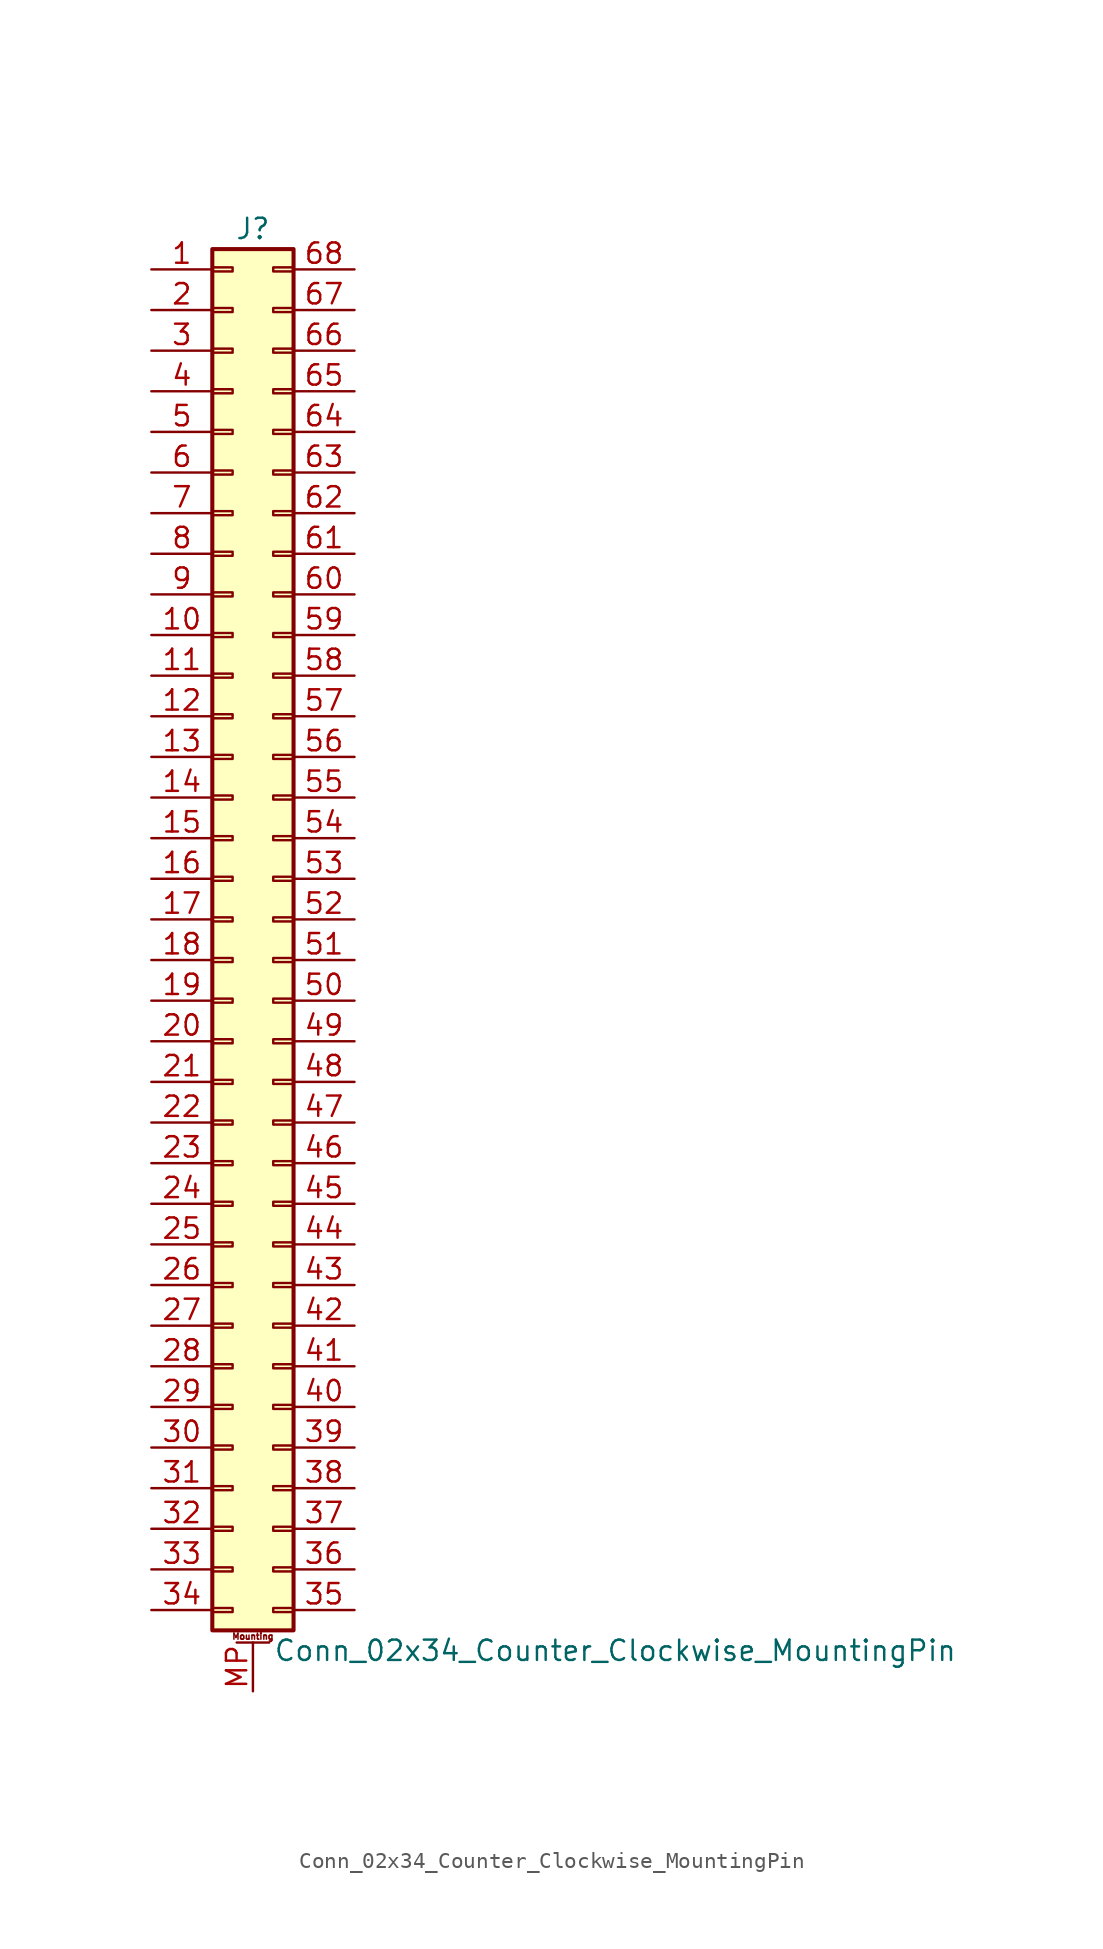
<source format=kicad_sym>
(kicad_symbol_lib
  (version 20201005)
  (generator kicad_symbol_editor)
  (symbol "Connector_Generic_MountingPin:Conn_02x34_Counter_Clockwise_MountingPin"
    (pin_names
      (offset 1.016) hide)
    (property "Reference" "J"
      (at 1.27 43.18 0)
      (effects (font (size 1.27 1.27))))
    (property "Value" "Conn_02x34_Counter_Clockwise_MountingPin"
      (at 2.54 -45.72 0)
      (effects (font (size 1.27 1.27)) (justify left)))
    (symbol "Conn_02x34_Counter_Clockwise_MountingPin_1_1"
      (text "Mounting" (at 1.27 -44.831 0) (effects (font (size 0.381 0.381))))
      (rectangle (start -1.27 -27.813) (end 0 -28.067) (stroke (width 0.152)) (fill (type none)))
      (rectangle (start -1.27 -30.353) (end 0 -30.607) (stroke (width 0.152)) (fill (type none)))
      (rectangle (start -1.27 -32.893) (end 0 -33.147) (stroke (width 0.152)) (fill (type none)))
      (rectangle (start -1.27 -35.433) (end 0 -35.687) (stroke (width 0.152)) (fill (type none)))
      (rectangle (start -1.27 -37.973) (end 0 -38.227) (stroke (width 0.152)) (fill (type none)))
      (rectangle (start -1.27 -40.513) (end 0 -40.767) (stroke (width 0.152)) (fill (type none)))
      (rectangle (start -1.27 -43.053) (end 0 -43.307) (stroke (width 0.152)) (fill (type none)))
      (rectangle (start -1.27 -4.953) (end 0 -5.207) (stroke (width 0.152)) (fill (type none)))
      (rectangle (start -1.27 -7.493) (end 0 -7.747) (stroke (width 0.152)) (fill (type none)))
      (rectangle (start -1.27 -10.033) (end 0 -10.287) (stroke (width 0.152)) (fill (type none)))
      (rectangle (start -1.27 -12.573) (end 0 -12.827) (stroke (width 0.152)) (fill (type none)))
      (rectangle (start -1.27 -15.113) (end 0 -15.367) (stroke (width 0.152)) (fill (type none)))
      (rectangle (start -1.27 -17.653) (end 0 -17.907) (stroke (width 0.152)) (fill (type none)))
      (rectangle (start -1.27 -20.193) (end 0 -20.447) (stroke (width 0.152)) (fill (type none)))
      (rectangle (start -1.27 -22.733) (end 0 -22.987) (stroke (width 0.152)) (fill (type none)))
      (rectangle (start -1.27 -2.413) (end 0 -2.667) (stroke (width 0.152)) (fill (type none)))
      (rectangle (start -1.27 -25.273) (end 0 -25.527) (stroke (width 0.152)) (fill (type none)))
      (rectangle (start -1.27 25.527) (end 0 25.273) (stroke (width 0.152)) (fill (type none)))
      (rectangle (start -1.27 2.667) (end 0 2.413) (stroke (width 0.152)) (fill (type none)))
      (rectangle (start -1.27 28.067) (end 0 27.813) (stroke (width 0.152)) (fill (type none)))
      (rectangle (start -1.27 30.607) (end 0 30.353) (stroke (width 0.152)) (fill (type none)))
      (rectangle (start -1.27 33.147) (end 0 32.893) (stroke (width 0.152)) (fill (type none)))
      (rectangle (start -1.27 35.687) (end 0 35.433) (stroke (width 0.152)) (fill (type none)))
      (rectangle (start -1.27 38.227) (end 0 37.973) (stroke (width 0.152)) (fill (type none)))
      (rectangle (start -1.27 40.767) (end 0 40.513) (stroke (width 0.152)) (fill (type none)))
      (rectangle (start -1.27 41.91) (end 3.81 -44.45) (stroke (width 0.254)) (fill (type background)))
      (rectangle (start -1.27 5.207) (end 0 4.953) (stroke (width 0.152)) (fill (type none)))
      (rectangle (start -1.27 7.747) (end 0 7.493) (stroke (width 0.152)) (fill (type none)))
      (rectangle (start -1.27 10.287) (end 0 10.033) (stroke (width 0.152)) (fill (type none)))
      (rectangle (start -1.27 0.127) (end 0 -0.127) (stroke (width 0.152)) (fill (type none)))
      (rectangle (start -1.27 12.827) (end 0 12.573) (stroke (width 0.152)) (fill (type none)))
      (rectangle (start -1.27 15.367) (end 0 15.113) (stroke (width 0.152)) (fill (type none)))
      (rectangle (start -1.27 17.907) (end 0 17.653) (stroke (width 0.152)) (fill (type none)))
      (rectangle (start -1.27 20.447) (end 0 20.193) (stroke (width 0.152)) (fill (type none)))
      (rectangle (start -1.27 22.987) (end 0 22.733) (stroke (width 0.152)) (fill (type none)))
      (rectangle (start 3.81 -27.813) (end 2.54 -28.067) (stroke (width 0.152)) (fill (type none)))
      (rectangle (start 3.81 -30.353) (end 2.54 -30.607) (stroke (width 0.152)) (fill (type none)))
      (rectangle (start 3.81 -32.893) (end 2.54 -33.147) (stroke (width 0.152)) (fill (type none)))
      (rectangle (start 3.81 -35.433) (end 2.54 -35.687) (stroke (width 0.152)) (fill (type none)))
      (rectangle (start 3.81 -37.973) (end 2.54 -38.227) (stroke (width 0.152)) (fill (type none)))
      (rectangle (start 3.81 -40.513) (end 2.54 -40.767) (stroke (width 0.152)) (fill (type none)))
      (rectangle (start 3.81 -43.053) (end 2.54 -43.307) (stroke (width 0.152)) (fill (type none)))
      (rectangle (start 3.81 -4.953) (end 2.54 -5.207) (stroke (width 0.152)) (fill (type none)))
      (rectangle (start 3.81 -7.493) (end 2.54 -7.747) (stroke (width 0.152)) (fill (type none)))
      (rectangle (start 3.81 -10.033) (end 2.54 -10.287) (stroke (width 0.152)) (fill (type none)))
      (rectangle (start 3.81 -12.573) (end 2.54 -12.827) (stroke (width 0.152)) (fill (type none)))
      (rectangle (start 3.81 -15.113) (end 2.54 -15.367) (stroke (width 0.152)) (fill (type none)))
      (rectangle (start 3.81 -17.653) (end 2.54 -17.907) (stroke (width 0.152)) (fill (type none)))
      (rectangle (start 3.81 -20.193) (end 2.54 -20.447) (stroke (width 0.152)) (fill (type none)))
      (rectangle (start 3.81 -22.733) (end 2.54 -22.987) (stroke (width 0.152)) (fill (type none)))
      (rectangle (start 3.81 -2.413) (end 2.54 -2.667) (stroke (width 0.152)) (fill (type none)))
      (rectangle (start 3.81 -25.273) (end 2.54 -25.527) (stroke (width 0.152)) (fill (type none)))
      (rectangle (start 3.81 25.527) (end 2.54 25.273) (stroke (width 0.152)) (fill (type none)))
      (rectangle (start 3.81 2.667) (end 2.54 2.413) (stroke (width 0.152)) (fill (type none)))
      (rectangle (start 3.81 28.067) (end 2.54 27.813) (stroke (width 0.152)) (fill (type none)))
      (rectangle (start 3.81 30.607) (end 2.54 30.353) (stroke (width 0.152)) (fill (type none)))
      (rectangle (start 3.81 33.147) (end 2.54 32.893) (stroke (width 0.152)) (fill (type none)))
      (rectangle (start 3.81 35.687) (end 2.54 35.433) (stroke (width 0.152)) (fill (type none)))
      (rectangle (start 3.81 38.227) (end 2.54 37.973) (stroke (width 0.152)) (fill (type none)))
      (rectangle (start 3.81 40.767) (end 2.54 40.513) (stroke (width 0.152)) (fill (type none)))
      (rectangle (start 3.81 5.207) (end 2.54 4.953) (stroke (width 0.152)) (fill (type none)))
      (rectangle (start 3.81 7.747) (end 2.54 7.493) (stroke (width 0.152)) (fill (type none)))
      (rectangle (start 3.81 10.287) (end 2.54 10.033) (stroke (width 0.152)) (fill (type none)))
      (rectangle (start 3.81 0.127) (end 2.54 -0.127) (stroke (width 0.152)) (fill (type none)))
      (rectangle (start 3.81 12.827) (end 2.54 12.573) (stroke (width 0.152)) (fill (type none)))
      (rectangle (start 3.81 15.367) (end 2.54 15.113) (stroke (width 0.152)) (fill (type none)))
      (rectangle (start 3.81 17.907) (end 2.54 17.653) (stroke (width 0.152)) (fill (type none)))
      (rectangle (start 3.81 20.447) (end 2.54 20.193) (stroke (width 0.152)) (fill (type none)))
      (rectangle (start 3.81 22.987) (end 2.54 22.733) (stroke (width 0.152)) (fill (type none)))
      (polyline (pts (xy 0.254 -45.212) (xy 2.286 -45.212)) (stroke (width 0.152)) (fill (type none)))
      (pin passive line (at 1.27 -48.26 90) (length 3.048) (name "MountPin" (effects (font (size 1.27 1.27)))) (number "MP" (effects (font (size 1.27 1.27)))))
      (pin passive line (at -5.08 40.64 0) (length 3.81) (name "Pin_1" (effects (font (size 1.27 1.27)))) (number "1" (effects (font (size 1.27 1.27)))))
      (pin passive line (at -5.08 17.78 0) (length 3.81) (name "Pin_10" (effects (font (size 1.27 1.27)))) (number "10" (effects (font (size 1.27 1.27)))))
      (pin passive line (at -5.08 15.24 0) (length 3.81) (name "Pin_11" (effects (font (size 1.27 1.27)))) (number "11" (effects (font (size 1.27 1.27)))))
      (pin passive line (at -5.08 12.7 0) (length 3.81) (name "Pin_12" (effects (font (size 1.27 1.27)))) (number "12" (effects (font (size 1.27 1.27)))))
      (pin passive line (at -5.08 10.16 0) (length 3.81) (name "Pin_13" (effects (font (size 1.27 1.27)))) (number "13" (effects (font (size 1.27 1.27)))))
      (pin passive line (at -5.08 7.62 0) (length 3.81) (name "Pin_14" (effects (font (size 1.27 1.27)))) (number "14" (effects (font (size 1.27 1.27)))))
      (pin passive line (at -5.08 5.08 0) (length 3.81) (name "Pin_15" (effects (font (size 1.27 1.27)))) (number "15" (effects (font (size 1.27 1.27)))))
      (pin passive line (at -5.08 2.54 0) (length 3.81) (name "Pin_16" (effects (font (size 1.27 1.27)))) (number "16" (effects (font (size 1.27 1.27)))))
      (pin passive line (at -5.08 0 0) (length 3.81) (name "Pin_17" (effects (font (size 1.27 1.27)))) (number "17" (effects (font (size 1.27 1.27)))))
      (pin passive line (at -5.08 -2.54 0) (length 3.81) (name "Pin_18" (effects (font (size 1.27 1.27)))) (number "18" (effects (font (size 1.27 1.27)))))
      (pin passive line (at -5.08 -5.08 0) (length 3.81) (name "Pin_19" (effects (font (size 1.27 1.27)))) (number "19" (effects (font (size 1.27 1.27)))))
      (pin passive line (at -5.08 38.1 0) (length 3.81) (name "Pin_2" (effects (font (size 1.27 1.27)))) (number "2" (effects (font (size 1.27 1.27)))))
      (pin passive line (at -5.08 -7.62 0) (length 3.81) (name "Pin_20" (effects (font (size 1.27 1.27)))) (number "20" (effects (font (size 1.27 1.27)))))
      (pin passive line (at -5.08 -10.16 0) (length 3.81) (name "Pin_21" (effects (font (size 1.27 1.27)))) (number "21" (effects (font (size 1.27 1.27)))))
      (pin passive line (at -5.08 -12.7 0) (length 3.81) (name "Pin_22" (effects (font (size 1.27 1.27)))) (number "22" (effects (font (size 1.27 1.27)))))
      (pin passive line (at -5.08 -15.24 0) (length 3.81) (name "Pin_23" (effects (font (size 1.27 1.27)))) (number "23" (effects (font (size 1.27 1.27)))))
      (pin passive line (at -5.08 -17.78 0) (length 3.81) (name "Pin_24" (effects (font (size 1.27 1.27)))) (number "24" (effects (font (size 1.27 1.27)))))
      (pin passive line (at -5.08 -20.32 0) (length 3.81) (name "Pin_25" (effects (font (size 1.27 1.27)))) (number "25" (effects (font (size 1.27 1.27)))))
      (pin passive line (at -5.08 -22.86 0) (length 3.81) (name "Pin_26" (effects (font (size 1.27 1.27)))) (number "26" (effects (font (size 1.27 1.27)))))
      (pin passive line (at -5.08 -25.4 0) (length 3.81) (name "Pin_27" (effects (font (size 1.27 1.27)))) (number "27" (effects (font (size 1.27 1.27)))))
      (pin passive line (at -5.08 -27.94 0) (length 3.81) (name "Pin_28" (effects (font (size 1.27 1.27)))) (number "28" (effects (font (size 1.27 1.27)))))
      (pin passive line (at -5.08 -30.48 0) (length 3.81) (name "Pin_29" (effects (font (size 1.27 1.27)))) (number "29" (effects (font (size 1.27 1.27)))))
      (pin passive line (at -5.08 35.56 0) (length 3.81) (name "Pin_3" (effects (font (size 1.27 1.27)))) (number "3" (effects (font (size 1.27 1.27)))))
      (pin passive line (at -5.08 -33.02 0) (length 3.81) (name "Pin_30" (effects (font (size 1.27 1.27)))) (number "30" (effects (font (size 1.27 1.27)))))
      (pin passive line (at -5.08 -35.56 0) (length 3.81) (name "Pin_31" (effects (font (size 1.27 1.27)))) (number "31" (effects (font (size 1.27 1.27)))))
      (pin passive line (at -5.08 -38.1 0) (length 3.81) (name "Pin_32" (effects (font (size 1.27 1.27)))) (number "32" (effects (font (size 1.27 1.27)))))
      (pin passive line (at -5.08 -40.64 0) (length 3.81) (name "Pin_33" (effects (font (size 1.27 1.27)))) (number "33" (effects (font (size 1.27 1.27)))))
      (pin passive line (at -5.08 -43.18 0) (length 3.81) (name "Pin_34" (effects (font (size 1.27 1.27)))) (number "34" (effects (font (size 1.27 1.27)))))
      (pin passive line (at 7.62 -43.18 180) (length 3.81) (name "Pin_35" (effects (font (size 1.27 1.27)))) (number "35" (effects (font (size 1.27 1.27)))))
      (pin passive line (at 7.62 -40.64 180) (length 3.81) (name "Pin_36" (effects (font (size 1.27 1.27)))) (number "36" (effects (font (size 1.27 1.27)))))
      (pin passive line (at 7.62 -38.1 180) (length 3.81) (name "Pin_37" (effects (font (size 1.27 1.27)))) (number "37" (effects (font (size 1.27 1.27)))))
      (pin passive line (at 7.62 -35.56 180) (length 3.81) (name "Pin_38" (effects (font (size 1.27 1.27)))) (number "38" (effects (font (size 1.27 1.27)))))
      (pin passive line (at 7.62 -33.02 180) (length 3.81) (name "Pin_39" (effects (font (size 1.27 1.27)))) (number "39" (effects (font (size 1.27 1.27)))))
      (pin passive line (at -5.08 33.02 0) (length 3.81) (name "Pin_4" (effects (font (size 1.27 1.27)))) (number "4" (effects (font (size 1.27 1.27)))))
      (pin passive line (at 7.62 -30.48 180) (length 3.81) (name "Pin_40" (effects (font (size 1.27 1.27)))) (number "40" (effects (font (size 1.27 1.27)))))
      (pin passive line (at 7.62 -27.94 180) (length 3.81) (name "Pin_41" (effects (font (size 1.27 1.27)))) (number "41" (effects (font (size 1.27 1.27)))))
      (pin passive line (at 7.62 -25.4 180) (length 3.81) (name "Pin_42" (effects (font (size 1.27 1.27)))) (number "42" (effects (font (size 1.27 1.27)))))
      (pin passive line (at 7.62 -22.86 180) (length 3.81) (name "Pin_43" (effects (font (size 1.27 1.27)))) (number "43" (effects (font (size 1.27 1.27)))))
      (pin passive line (at 7.62 -20.32 180) (length 3.81) (name "Pin_44" (effects (font (size 1.27 1.27)))) (number "44" (effects (font (size 1.27 1.27)))))
      (pin passive line (at 7.62 -17.78 180) (length 3.81) (name "Pin_45" (effects (font (size 1.27 1.27)))) (number "45" (effects (font (size 1.27 1.27)))))
      (pin passive line (at 7.62 -15.24 180) (length 3.81) (name "Pin_46" (effects (font (size 1.27 1.27)))) (number "46" (effects (font (size 1.27 1.27)))))
      (pin passive line (at 7.62 -12.7 180) (length 3.81) (name "Pin_47" (effects (font (size 1.27 1.27)))) (number "47" (effects (font (size 1.27 1.27)))))
      (pin passive line (at 7.62 -10.16 180) (length 3.81) (name "Pin_48" (effects (font (size 1.27 1.27)))) (number "48" (effects (font (size 1.27 1.27)))))
      (pin passive line (at 7.62 -7.62 180) (length 3.81) (name "Pin_49" (effects (font (size 1.27 1.27)))) (number "49" (effects (font (size 1.27 1.27)))))
      (pin passive line (at -5.08 30.48 0) (length 3.81) (name "Pin_5" (effects (font (size 1.27 1.27)))) (number "5" (effects (font (size 1.27 1.27)))))
      (pin passive line (at 7.62 -5.08 180) (length 3.81) (name "Pin_50" (effects (font (size 1.27 1.27)))) (number "50" (effects (font (size 1.27 1.27)))))
      (pin passive line (at 7.62 -2.54 180) (length 3.81) (name "Pin_51" (effects (font (size 1.27 1.27)))) (number "51" (effects (font (size 1.27 1.27)))))
      (pin passive line (at 7.62 0 180) (length 3.81) (name "Pin_52" (effects (font (size 1.27 1.27)))) (number "52" (effects (font (size 1.27 1.27)))))
      (pin passive line (at 7.62 2.54 180) (length 3.81) (name "Pin_53" (effects (font (size 1.27 1.27)))) (number "53" (effects (font (size 1.27 1.27)))))
      (pin passive line (at 7.62 5.08 180) (length 3.81) (name "Pin_54" (effects (font (size 1.27 1.27)))) (number "54" (effects (font (size 1.27 1.27)))))
      (pin passive line (at 7.62 7.62 180) (length 3.81) (name "Pin_55" (effects (font (size 1.27 1.27)))) (number "55" (effects (font (size 1.27 1.27)))))
      (pin passive line (at 7.62 10.16 180) (length 3.81) (name "Pin_56" (effects (font (size 1.27 1.27)))) (number "56" (effects (font (size 1.27 1.27)))))
      (pin passive line (at 7.62 12.7 180) (length 3.81) (name "Pin_57" (effects (font (size 1.27 1.27)))) (number "57" (effects (font (size 1.27 1.27)))))
      (pin passive line (at 7.62 15.24 180) (length 3.81) (name "Pin_58" (effects (font (size 1.27 1.27)))) (number "58" (effects (font (size 1.27 1.27)))))
      (pin passive line (at 7.62 17.78 180) (length 3.81) (name "Pin_59" (effects (font (size 1.27 1.27)))) (number "59" (effects (font (size 1.27 1.27)))))
      (pin passive line (at -5.08 27.94 0) (length 3.81) (name "Pin_6" (effects (font (size 1.27 1.27)))) (number "6" (effects (font (size 1.27 1.27)))))
      (pin passive line (at 7.62 20.32 180) (length 3.81) (name "Pin_60" (effects (font (size 1.27 1.27)))) (number "60" (effects (font (size 1.27 1.27)))))
      (pin passive line (at 7.62 22.86 180) (length 3.81) (name "Pin_61" (effects (font (size 1.27 1.27)))) (number "61" (effects (font (size 1.27 1.27)))))
      (pin passive line (at 7.62 25.4 180) (length 3.81) (name "Pin_62" (effects (font (size 1.27 1.27)))) (number "62" (effects (font (size 1.27 1.27)))))
      (pin passive line (at 7.62 27.94 180) (length 3.81) (name "Pin_63" (effects (font (size 1.27 1.27)))) (number "63" (effects (font (size 1.27 1.27)))))
      (pin passive line (at 7.62 30.48 180) (length 3.81) (name "Pin_64" (effects (font (size 1.27 1.27)))) (number "64" (effects (font (size 1.27 1.27)))))
      (pin passive line (at 7.62 33.02 180) (length 3.81) (name "Pin_65" (effects (font (size 1.27 1.27)))) (number "65" (effects (font (size 1.27 1.27)))))
      (pin passive line (at 7.62 35.56 180) (length 3.81) (name "Pin_66" (effects (font (size 1.27 1.27)))) (number "66" (effects (font (size 1.27 1.27)))))
      (pin passive line (at 7.62 38.1 180) (length 3.81) (name "Pin_67" (effects (font (size 1.27 1.27)))) (number "67" (effects (font (size 1.27 1.27)))))
      (pin passive line (at 7.62 40.64 180) (length 3.81) (name "Pin_68" (effects (font (size 1.27 1.27)))) (number "68" (effects (font (size 1.27 1.27)))))
      (pin passive line (at -5.08 25.4 0) (length 3.81) (name "Pin_7" (effects (font (size 1.27 1.27)))) (number "7" (effects (font (size 1.27 1.27)))))
      (pin passive line (at -5.08 22.86 0) (length 3.81) (name "Pin_8" (effects (font (size 1.27 1.27)))) (number "8" (effects (font (size 1.27 1.27)))))
      (pin passive line (at -5.08 20.32 0) (length 3.81) (name "Pin_9" (effects (font (size 1.27 1.27)))) (number "9" (effects (font (size 1.27 1.27))))))))
</source>
